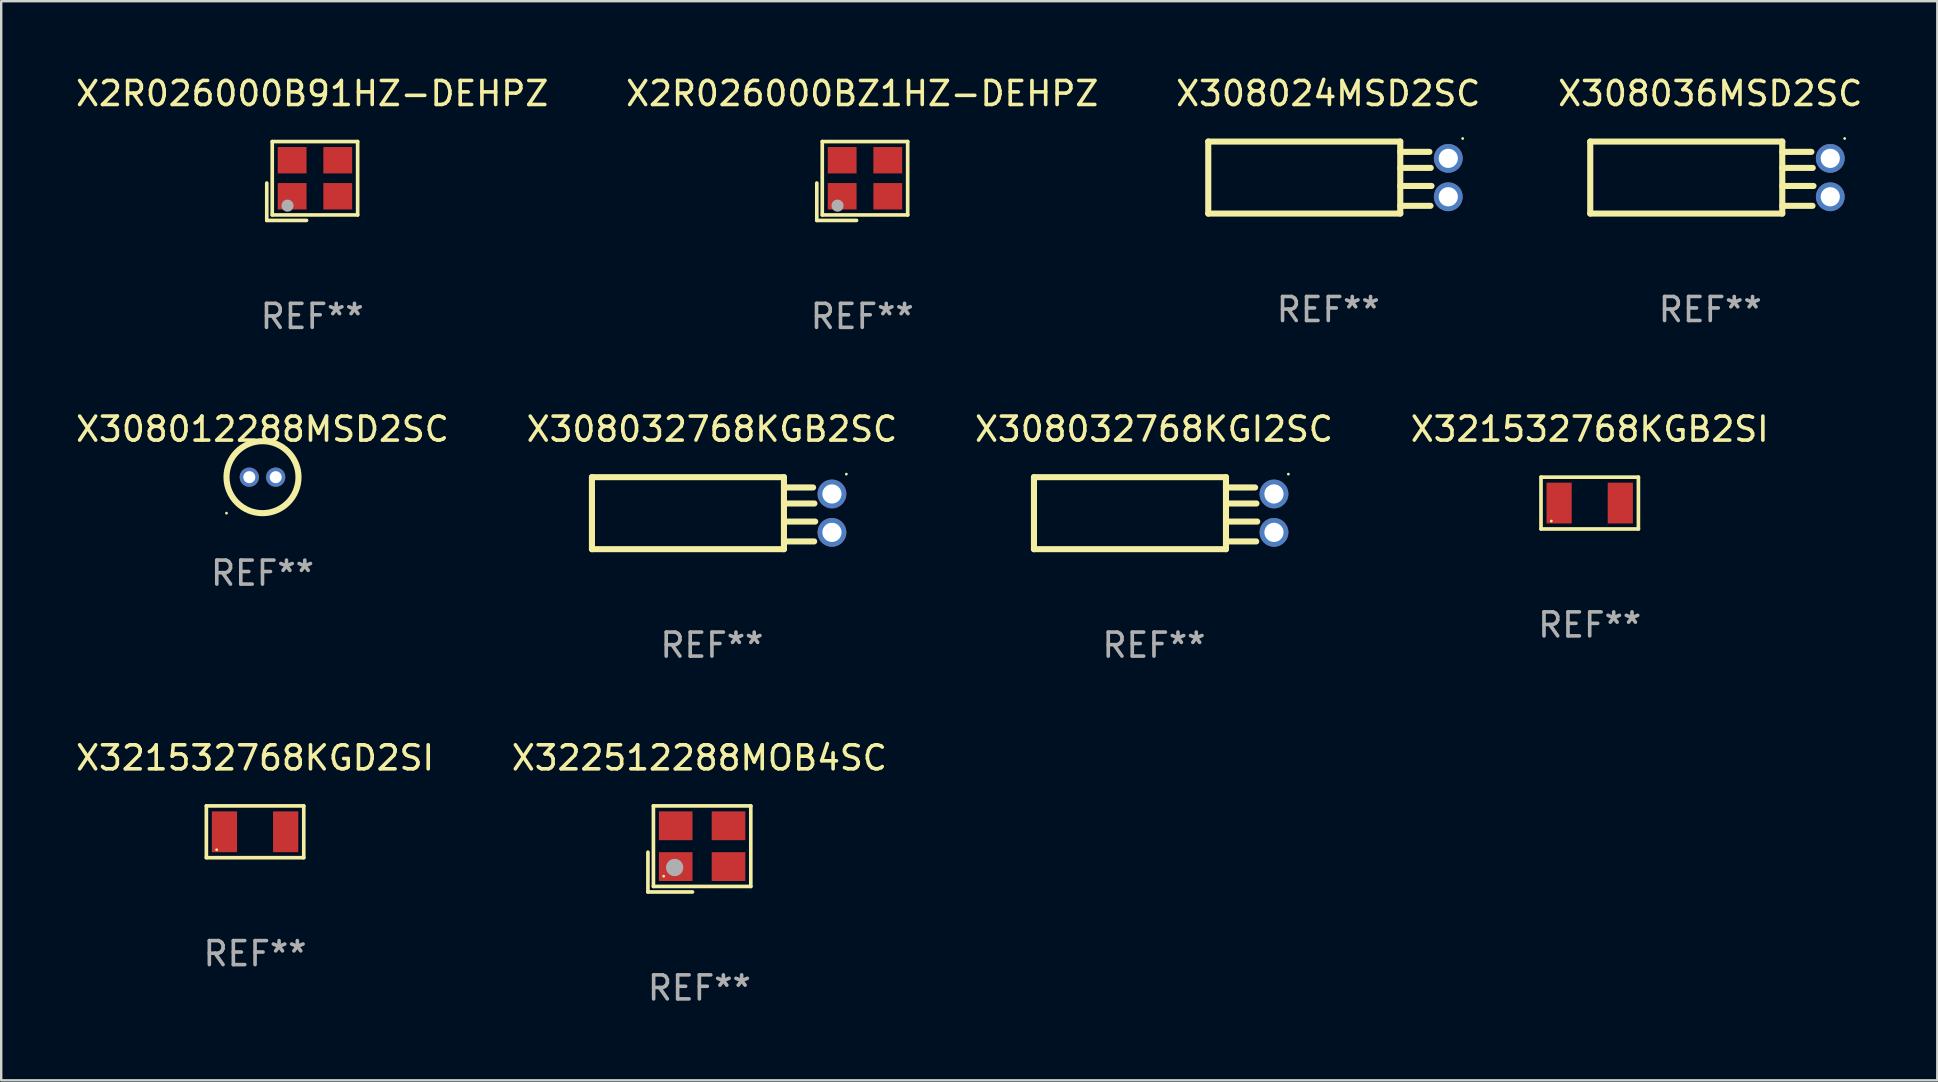
<source format=kicad_pcb>
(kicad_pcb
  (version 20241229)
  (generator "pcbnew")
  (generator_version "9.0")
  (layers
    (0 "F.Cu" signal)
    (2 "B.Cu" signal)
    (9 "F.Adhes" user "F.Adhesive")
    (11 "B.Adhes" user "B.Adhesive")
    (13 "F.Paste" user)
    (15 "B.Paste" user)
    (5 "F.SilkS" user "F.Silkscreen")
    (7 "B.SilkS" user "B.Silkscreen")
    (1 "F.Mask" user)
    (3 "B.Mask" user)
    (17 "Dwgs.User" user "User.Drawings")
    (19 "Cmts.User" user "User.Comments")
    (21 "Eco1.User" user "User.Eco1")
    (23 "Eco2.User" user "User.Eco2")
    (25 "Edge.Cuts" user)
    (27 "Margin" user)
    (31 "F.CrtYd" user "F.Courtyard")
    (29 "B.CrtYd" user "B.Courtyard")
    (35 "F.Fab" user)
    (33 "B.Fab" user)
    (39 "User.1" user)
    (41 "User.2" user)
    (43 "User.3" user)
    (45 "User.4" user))
  (footprint "X322512288MOB4SC"
    (layer "F.Cu")
    (at 26.089 32.32)
    (property "Reference" "X322512288MOB4SC" (at 0 -3.793 0) (layer "F.SilkS") (effects (font (size 1 1) (thickness 0.15))))
    (attr through_hole)
    (fp_line (start -2.143 0.136) (end -2.143 1.793) (stroke (width 0.152) (type solid)) (layer "F.SilkS"))
    (fp_line (start -2.143 1.793) (end -0.286 1.793) (stroke (width 0.152) (type solid)) (layer "F.SilkS"))
    (fp_line (start -1.914 -1.793) (end 2.143 -1.793) (stroke (width 0.152) (type solid)) (layer "F.SilkS"))
    (fp_line (start -1.914 1.564) (end -1.914 -1.793) (stroke (width 0.152) (type solid)) (layer "F.SilkS"))
    (fp_line (start 2.143 -1.793) (end 2.143 1.564) (stroke (width 0.152) (type solid)) (layer "F.SilkS"))
    (fp_line (start 2.143 1.564) (end -1.914 1.564) (stroke (width 0.152) (type solid)) (layer "F.SilkS"))
    (fp_circle (center -1.486 1.136) (end -1.456 1.136) (stroke (width 0.06) (type solid)) (fill no) (layer "F.SilkS"))
    (fp_circle (center -1.029 0.775) (end -0.849 0.775) (stroke (width 0.36) (type solid)) (fill no) (layer "F.Fab"))
    (fp_text user "REF**" (at 0 5.793 0) (layer "F.Fab") (effects (font (size 1 1) (thickness 0.15))))
    (pad "1" smd rect (at -0.986 0.736) (size 1.4 1.2) (layers "F.Cu" "F.Mask" "F.Paste"))
    (pad "2" smd rect (at 1.214 0.736) (size 1.4 1.2) (layers "F.Cu" "F.Mask" "F.Paste"))
    (pad "3" smd rect (at 1.214 -0.964) (size 1.4 1.2) (layers "F.Cu" "F.Mask" "F.Paste"))
    (pad "4" smd rect (at -0.986 -0.964) (size 1.4 1.2) (layers "F.Cu" "F.Mask" "F.Paste")))
  (footprint "X308012288MSD2SC"
    (layer "F.Cu")
    (at 7.887 16.831)
    (property "Reference" "X308012288MSD2SC" (at 0 -2 0) (layer "F.SilkS") (effects (font (size 1 1) (thickness 0.15))))
    (attr through_hole)
    (fp_circle (center -1.5 1.5) (end -1.47 1.5) (stroke (width 0.06) (type solid)) (fill no) (layer "F.SilkS"))
    (fp_circle (center 0 0) (end 1.5 0) (stroke (width 0.254) (type solid)) (fill no) (layer "F.SilkS"))
    (fp_text user "REF**" (at 0 4 0) (layer "F.Fab") (effects (font (size 1 1) (thickness 0.15))))
    (pad "1" thru_hole circle (at -0.55 0) (size 0.8 0.8) (drill 0.5) (layers "*.Cu" "*.Mask"))
    (pad "2" thru_hole circle (at 0.55 0) (size 0.8 0.8) (drill 0.5) (layers "*.Cu" "*.Mask")))
  (footprint "X308032768KGI2SC"
    (layer "F.Cu")
    (at 45.03 18.331)
    (property "Reference" "X308032768KGI2SC" (at 0 -3.5 0) (layer "F.SilkS") (effects (font (size 1 1) (thickness 0.15))))
    (attr through_hole)
    (fp_line (start -5 -1.5) (end -5 1.5) (stroke (width 0.254) (type solid)) (layer "F.SilkS"))
    (fp_line (start 3 -1.5) (end -5 -1.5) (stroke (width 0.254) (type solid)) (layer "F.SilkS"))
    (fp_line (start 3 -1.5) (end 3 1.5) (stroke (width 0.254) (type solid)) (layer "F.SilkS"))
    (fp_line (start 3 -1.071) (end 4.214 -1.071) (stroke (width 0.254) (type solid)) (layer "F.SilkS"))
    (fp_line (start 3 -0.403) (end 4.27 -0.403) (stroke (width 0.254) (type solid)) (layer "F.SilkS"))
    (fp_line (start 3 0.35) (end 4.302 0.35) (stroke (width 0.254) (type solid)) (layer "F.SilkS"))
    (fp_line (start 3 1.178) (end 4.26 1.178) (stroke (width 0.254) (type solid)) (layer "F.SilkS"))
    (fp_line (start 3 1.5) (end -5 1.5) (stroke (width 0.254) (type solid)) (layer "F.SilkS"))
    (fp_circle (center 5.6 -1.627) (end 5.63 -1.627) (stroke (width 0.06) (type solid)) (fill no) (layer "F.SilkS"))
    (fp_text user "REF**" (at 0 5.5 0) (layer "F.Fab") (effects (font (size 1 1) (thickness 0.15))))
    (pad "1" thru_hole circle (at 5 -0.8) (size 1.2 1.2) (drill 0.8) (layers "*.Cu" "*.Mask"))
    (pad "2" thru_hole circle (at 5 0.8) (size 1.2 1.2) (drill 0.8) (layers "*.Cu" "*.Mask")))
  (footprint "X321532768KGD2SI"
    (layer "F.Cu")
    (at 7.577 31.606)
    (property "Reference" "X321532768KGD2SI" (at 0 -3.079 0) (layer "F.SilkS") (effects (font (size 1 1) (thickness 0.15))))
    (attr through_hole)
    (fp_line (start -2.029 -1.079) (end 2.029 -1.079) (stroke (width 0.152) (type solid)) (layer "F.SilkS"))
    (fp_line (start -2.029 1.079) (end -2.029 -1.079) (stroke (width 0.152) (type solid)) (layer "F.SilkS"))
    (fp_line (start 2.029 -1.079) (end 2.029 1.079) (stroke (width 0.152) (type solid)) (layer "F.SilkS"))
    (fp_line (start 2.029 1.079) (end -2.029 1.079) (stroke (width 0.152) (type solid)) (layer "F.SilkS"))
    (fp_circle (center -1.6 0.75) (end -1.57 0.75) (stroke (width 0.06) (type solid)) (fill no) (layer "F.SilkS"))
    (fp_text user "REF**" (at 0 5.079 0) (layer "F.Fab") (effects (font (size 1 1) (thickness 0.15))))
    (pad "1" smd rect (at -1.275 0) (size 1.05 1.7) (layers "F.Cu" "F.Mask" "F.Paste"))
    (pad "2" smd rect (at 1.275 0) (size 1.05 1.7) (layers "F.Cu" "F.Mask" "F.Paste")))
  (footprint "X308032768KGB2SC"
    (layer "F.Cu")
    (at 26.613 18.331)
    (property "Reference" "X308032768KGB2SC" (at 0 -3.5 0) (layer "F.SilkS") (effects (font (size 1 1) (thickness 0.15))))
    (attr through_hole)
    (fp_line (start -5 -1.5) (end -5 1.5) (stroke (width 0.254) (type solid)) (layer "F.SilkS"))
    (fp_line (start 3 -1.5) (end -5 -1.5) (stroke (width 0.254) (type solid)) (layer "F.SilkS"))
    (fp_line (start 3 -1.5) (end 3 1.5) (stroke (width 0.254) (type solid)) (layer "F.SilkS"))
    (fp_line (start 3 -1.071) (end 4.214 -1.071) (stroke (width 0.254) (type solid)) (layer "F.SilkS"))
    (fp_line (start 3 -0.403) (end 4.27 -0.403) (stroke (width 0.254) (type solid)) (layer "F.SilkS"))
    (fp_line (start 3 0.35) (end 4.302 0.35) (stroke (width 0.254) (type solid)) (layer "F.SilkS"))
    (fp_line (start 3 1.178) (end 4.26 1.178) (stroke (width 0.254) (type solid)) (layer "F.SilkS"))
    (fp_line (start 3 1.5) (end -5 1.5) (stroke (width 0.254) (type solid)) (layer "F.SilkS"))
    (fp_circle (center 5.6 -1.627) (end 5.63 -1.627) (stroke (width 0.06) (type solid)) (fill no) (layer "F.SilkS"))
    (fp_text user "REF**" (at 0 5.5 0) (layer "F.Fab") (effects (font (size 1 1) (thickness 0.15))))
    (pad "1" thru_hole circle (at 5 -0.8) (size 1.2 1.2) (drill 0.8) (layers "*.Cu" "*.Mask"))
    (pad "2" thru_hole circle (at 5 0.8) (size 1.2 1.2) (drill 0.8) (layers "*.Cu" "*.Mask")))
  (footprint "X2R026000BZ1HZ-DEHPZ"
    (layer "F.Cu")
    (at 32.875 4.491)
    (property "Reference" "X2R026000BZ1HZ-DEHPZ" (at 0 -3.643 0) (layer "F.SilkS") (effects (font (size 1 1) (thickness 0.15))))
    (attr through_hole)
    (fp_line (start -1.893 0.086) (end -1.893 1.643) (stroke (width 0.152) (type solid)) (layer "F.SilkS"))
    (fp_line (start -1.893 1.643) (end -0.237 1.643) (stroke (width 0.152) (type solid)) (layer "F.SilkS"))
    (fp_line (start -1.665 -1.643) (end 1.893 -1.643) (stroke (width 0.152) (type solid)) (layer "F.SilkS"))
    (fp_line (start -1.665 1.414) (end -1.665 -1.643) (stroke (width 0.152) (type solid)) (layer "F.SilkS"))
    (fp_line (start 1.893 -1.643) (end 1.893 1.414) (stroke (width 0.152) (type solid)) (layer "F.SilkS"))
    (fp_line (start 1.893 1.414) (end -1.665 1.414) (stroke (width 0.152) (type solid)) (layer "F.SilkS"))
    (fp_circle (center -1.136 0.885) (end -1.106 0.885) (stroke (width 0.06) (type solid)) (fill no) (layer "F.SilkS"))
    (fp_circle (center -1.029 1.028) (end -0.902 1.028) (stroke (width 0.254) (type solid)) (fill no) (layer "F.Fab"))
    (fp_text user "REF**" (at 0 5.643 0) (layer "F.Fab") (effects (font (size 1 1) (thickness 0.15))))
    (pad "1" smd rect (at -0.836 0.636) (size 1.2 1.1) (layers "F.Cu" "F.Mask" "F.Paste"))
    (pad "2" smd rect (at 1.064 0.636) (size 1.2 1.1) (layers "F.Cu" "F.Mask" "F.Paste"))
    (pad "3" smd rect (at 1.064 -0.865) (size 1.2 1.1) (layers "F.Cu" "F.Mask" "F.Paste"))
    (pad "4" smd rect (at -0.836 -0.865) (size 1.2 1.1) (layers "F.Cu" "F.Mask" "F.Paste")))
  (footprint "X2R026000B91HZ-DEHPZ"
    (layer "F.Cu")
    (at 9.958 4.491)
    (property "Reference" "X2R026000B91HZ-DEHPZ" (at 0 -3.643 0) (layer "F.SilkS") (effects (font (size 1 1) (thickness 0.15))))
    (attr through_hole)
    (fp_line (start -1.893 0.086) (end -1.893 1.643) (stroke (width 0.152) (type solid)) (layer "F.SilkS"))
    (fp_line (start -1.893 1.643) (end -0.237 1.643) (stroke (width 0.152) (type solid)) (layer "F.SilkS"))
    (fp_line (start -1.665 -1.643) (end 1.893 -1.643) (stroke (width 0.152) (type solid)) (layer "F.SilkS"))
    (fp_line (start -1.665 1.414) (end -1.665 -1.643) (stroke (width 0.152) (type solid)) (layer "F.SilkS"))
    (fp_line (start 1.893 -1.643) (end 1.893 1.414) (stroke (width 0.152) (type solid)) (layer "F.SilkS"))
    (fp_line (start 1.893 1.414) (end -1.665 1.414) (stroke (width 0.152) (type solid)) (layer "F.SilkS"))
    (fp_circle (center -1.136 0.885) (end -1.106 0.885) (stroke (width 0.06) (type solid)) (fill no) (layer "F.SilkS"))
    (fp_circle (center -1.029 1.028) (end -0.902 1.028) (stroke (width 0.254) (type solid)) (fill no) (layer "F.Fab"))
    (fp_text user "REF**" (at 0 5.643 0) (layer "F.Fab") (effects (font (size 1 1) (thickness 0.15))))
    (pad "1" smd rect (at -0.836 0.636) (size 1.2 1.1) (layers "F.Cu" "F.Mask" "F.Paste"))
    (pad "2" smd rect (at 1.064 0.636) (size 1.2 1.1) (layers "F.Cu" "F.Mask" "F.Paste"))
    (pad "3" smd rect (at 1.064 -0.865) (size 1.2 1.1) (layers "F.Cu" "F.Mask" "F.Paste"))
    (pad "4" smd rect (at -0.836 -0.865) (size 1.2 1.1) (layers "F.Cu" "F.Mask" "F.Paste")))
  (footprint "X308036MSD2SC"
    (layer "F.Cu")
    (at 68.208 4.348)
    (property "Reference" "X308036MSD2SC" (at 0 -3.5 0) (layer "F.SilkS") (effects (font (size 1 1) (thickness 0.15))))
    (attr through_hole)
    (fp_line (start -5 -1.5) (end -5 1.5) (stroke (width 0.254) (type solid)) (layer "F.SilkS"))
    (fp_line (start 3 -1.5) (end -5 -1.5) (stroke (width 0.254) (type solid)) (layer "F.SilkS"))
    (fp_line (start 3 -1.5) (end 3 1.5) (stroke (width 0.254) (type solid)) (layer "F.SilkS"))
    (fp_line (start 3 -1.071) (end 4.214 -1.071) (stroke (width 0.254) (type solid)) (layer "F.SilkS"))
    (fp_line (start 3 -0.403) (end 4.27 -0.403) (stroke (width 0.254) (type solid)) (layer "F.SilkS"))
    (fp_line (start 3 0.35) (end 4.302 0.35) (stroke (width 0.254) (type solid)) (layer "F.SilkS"))
    (fp_line (start 3 1.178) (end 4.26 1.178) (stroke (width 0.254) (type solid)) (layer "F.SilkS"))
    (fp_line (start 3 1.5) (end -5 1.5) (stroke (width 0.254) (type solid)) (layer "F.SilkS"))
    (fp_circle (center 5.6 -1.627) (end 5.63 -1.627) (stroke (width 0.06) (type solid)) (fill no) (layer "F.SilkS"))
    (fp_text user "REF**" (at 0 5.5 0) (layer "F.Fab") (effects (font (size 1 1) (thickness 0.15))))
    (pad "1" thru_hole circle (at 5 -0.8) (size 1.2 1.2) (drill 0.8) (layers "*.Cu" "*.Mask"))
    (pad "2" thru_hole circle (at 5 0.8) (size 1.2 1.2) (drill 0.8) (layers "*.Cu" "*.Mask")))
  (footprint "X321532768KGB2SI"
    (layer "F.Cu")
    (at 63.185 17.91)
    (property "Reference" "X321532768KGB2SI" (at 0 -3.079 0) (layer "F.SilkS") (effects (font (size 1 1) (thickness 0.15))))
    (attr through_hole)
    (fp_line (start -2.029 -1.079) (end 2.029 -1.079) (stroke (width 0.152) (type solid)) (layer "F.SilkS"))
    (fp_line (start -2.029 1.079) (end -2.029 -1.079) (stroke (width 0.152) (type solid)) (layer "F.SilkS"))
    (fp_line (start 2.029 -1.079) (end 2.029 1.079) (stroke (width 0.152) (type solid)) (layer "F.SilkS"))
    (fp_line (start 2.029 1.079) (end -2.029 1.079) (stroke (width 0.152) (type solid)) (layer "F.SilkS"))
    (fp_circle (center -1.6 0.75) (end -1.57 0.75) (stroke (width 0.06) (type solid)) (fill no) (layer "F.SilkS"))
    (fp_text user "REF**" (at 0 5.079 0) (layer "F.Fab") (effects (font (size 1 1) (thickness 0.15))))
    (pad "1" smd rect (at -1.275 0) (size 1.05 1.7) (layers "F.Cu" "F.Mask" "F.Paste"))
    (pad "2" smd rect (at 1.275 0) (size 1.05 1.7) (layers "F.Cu" "F.Mask" "F.Paste")))
  (footprint "X308024MSD2SC"
    (layer "F.Cu")
    (at 52.292 4.348)
    (property "Reference" "X308024MSD2SC" (at 0 -3.5 0) (layer "F.SilkS") (effects (font (size 1 1) (thickness 0.15))))
    (attr through_hole)
    (fp_line (start -5 -1.5) (end -5 1.5) (stroke (width 0.254) (type solid)) (layer "F.SilkS"))
    (fp_line (start 3 -1.5) (end -5 -1.5) (stroke (width 0.254) (type solid)) (layer "F.SilkS"))
    (fp_line (start 3 -1.5) (end 3 1.5) (stroke (width 0.254) (type solid)) (layer "F.SilkS"))
    (fp_line (start 3 -1.071) (end 4.214 -1.071) (stroke (width 0.254) (type solid)) (layer "F.SilkS"))
    (fp_line (start 3 -0.403) (end 4.27 -0.403) (stroke (width 0.254) (type solid)) (layer "F.SilkS"))
    (fp_line (start 3 0.35) (end 4.302 0.35) (stroke (width 0.254) (type solid)) (layer "F.SilkS"))
    (fp_line (start 3 1.178) (end 4.26 1.178) (stroke (width 0.254) (type solid)) (layer "F.SilkS"))
    (fp_line (start 3 1.5) (end -5 1.5) (stroke (width 0.254) (type solid)) (layer "F.SilkS"))
    (fp_circle (center 5.6 -1.627) (end 5.63 -1.627) (stroke (width 0.06) (type solid)) (fill no) (layer "F.SilkS"))
    (fp_text user "REF**" (at 0 5.5 0) (layer "F.Fab") (effects (font (size 1 1) (thickness 0.15))))
    (pad "1" thru_hole circle (at 5 -0.8) (size 1.2 1.2) (drill 0.8) (layers "*.Cu" "*.Mask"))
    (pad "2" thru_hole circle (at 5 0.8) (size 1.2 1.2) (drill 0.8) (layers "*.Cu" "*.Mask")))
  (gr_rect
    (start -3 -3)
    (end 77.667 41.962)
    (stroke (width 0.1) (type default))
    (fill no)
    (layer "Edge.Cuts")))
</source>
